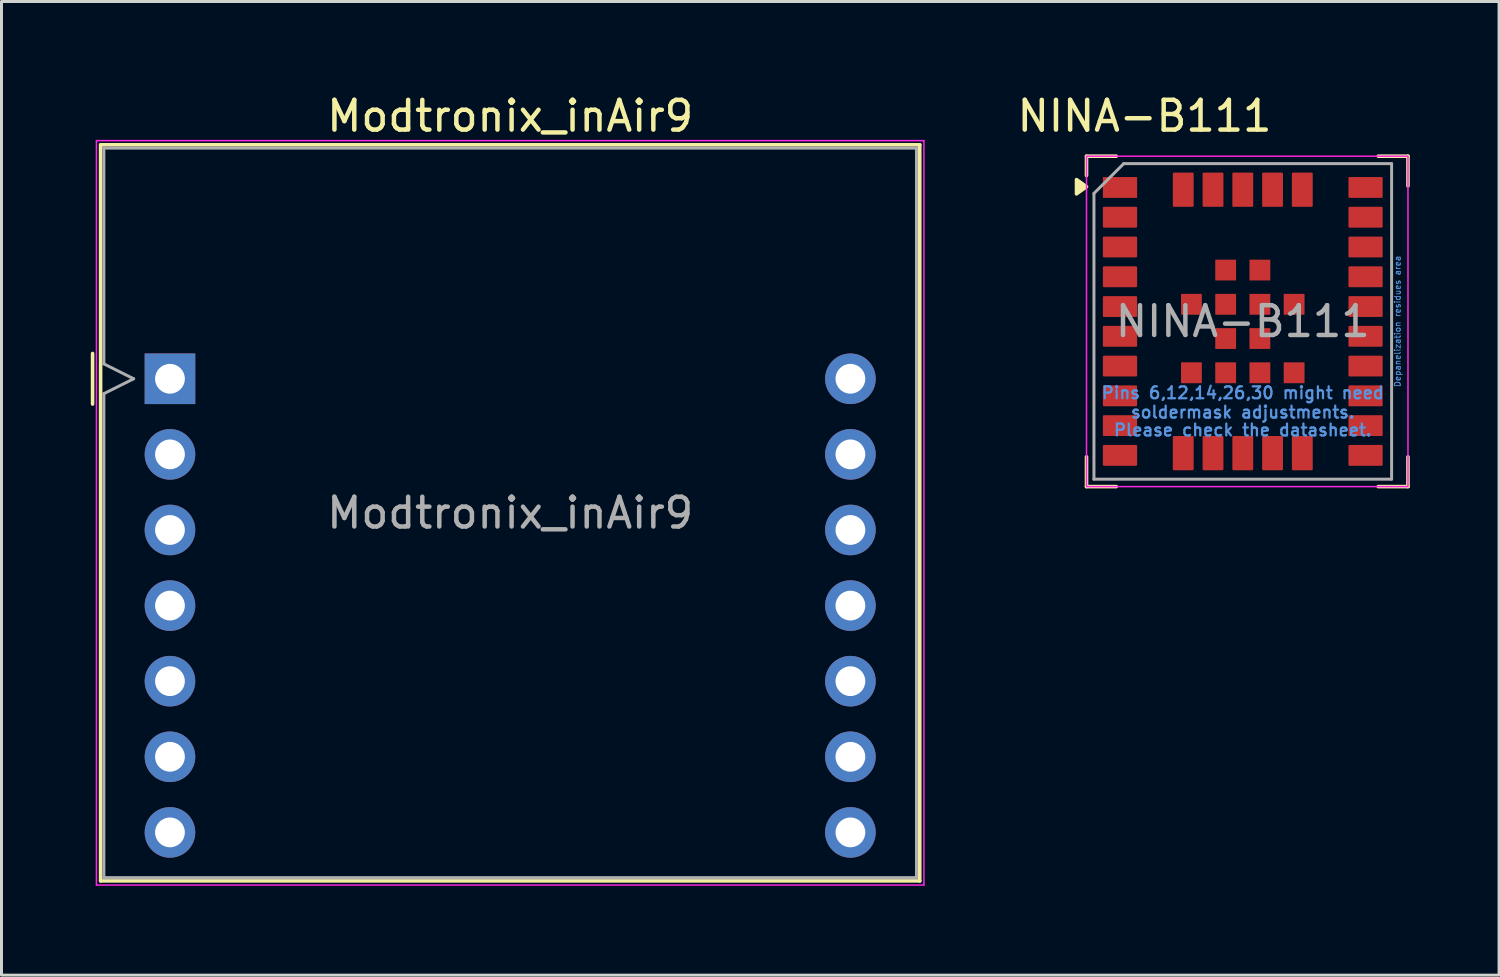
<source format=kicad_pcb>
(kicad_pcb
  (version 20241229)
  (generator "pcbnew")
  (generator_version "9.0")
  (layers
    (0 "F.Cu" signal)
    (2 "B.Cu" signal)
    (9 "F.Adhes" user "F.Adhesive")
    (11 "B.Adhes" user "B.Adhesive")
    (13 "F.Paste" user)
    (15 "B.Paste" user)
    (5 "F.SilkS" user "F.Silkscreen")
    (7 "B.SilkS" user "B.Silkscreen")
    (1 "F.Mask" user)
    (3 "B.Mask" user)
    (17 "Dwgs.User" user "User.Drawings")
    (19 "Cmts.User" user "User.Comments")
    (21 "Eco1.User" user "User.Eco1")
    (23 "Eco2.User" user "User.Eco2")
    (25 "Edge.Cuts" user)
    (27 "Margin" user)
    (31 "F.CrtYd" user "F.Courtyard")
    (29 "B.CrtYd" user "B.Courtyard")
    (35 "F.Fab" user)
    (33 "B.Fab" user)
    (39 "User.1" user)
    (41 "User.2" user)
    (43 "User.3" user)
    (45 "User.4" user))
  (footprint "Modtronix_inAir9"
    (layer "F.Cu")
    (at 2.66 9.675)
    (property "Reference" "Modtronix_inAir9" (at 11.43 -8.826 0) (layer "F.SilkS") (effects (font (size 1 1) (thickness 0.15))))
    (attr through_hole)
    (fp_line (start -2.6 -0.85) (end -2.6 0.85) (stroke (width 0.12) (type solid)) (layer "F.SilkS"))
    (fp_line (start -2.33 -7.86) (end 25.19 -7.86) (stroke (width 0.12) (type solid)) (layer "F.SilkS"))
    (fp_line (start -2.33 16.87) (end -2.33 -7.86) (stroke (width 0.12) (type solid)) (layer "F.SilkS"))
    (fp_line (start 25.19 -7.86) (end 25.19 16.87) (stroke (width 0.12) (type solid)) (layer "F.SilkS"))
    (fp_line (start 25.19 16.87) (end -2.33 16.87) (stroke (width 0.12) (type solid)) (layer "F.SilkS"))
    (fp_line (start -2.47 -8) (end 25.33 -8) (stroke (width 0.05) (type solid)) (layer "F.CrtYd"))
    (fp_line (start -2.47 17.01) (end -2.47 -8) (stroke (width 0.05) (type solid)) (layer "F.CrtYd"))
    (fp_line (start 25.33 -8) (end 25.33 17.01) (stroke (width 0.05) (type solid)) (layer "F.CrtYd"))
    (fp_line (start 25.33 17.01) (end -2.47 17.01) (stroke (width 0.05) (type solid)) (layer "F.CrtYd"))
    (fp_line (start -2.22 -7.75) (end 25.08 -7.75) (stroke (width 0.1) (type solid)) (layer "F.Fab"))
    (fp_line (start -2.22 -0.5) (end -2.22 -7.75) (stroke (width 0.1) (type solid)) (layer "F.Fab"))
    (fp_line (start -2.22 0.5) (end -1.22 0) (stroke (width 0.1) (type solid)) (layer "F.Fab"))
    (fp_line (start -2.22 16.76) (end -2.22 0.5) (stroke (width 0.1) (type solid)) (layer "F.Fab"))
    (fp_line (start -2.22 16.76) (end 25.08 16.76) (stroke (width 0.1) (type solid)) (layer "F.Fab"))
    (fp_line (start -1.22 0) (end -2.22 -0.5) (stroke (width 0.1) (type solid)) (layer "F.Fab"))
    (fp_line (start 25.08 -7.75) (end 25.08 16.76) (stroke (width 0.1) (type solid)) (layer "F.Fab"))
    (fp_text user "${REFERENCE}" (at 11.43 4.508 0) (layer "F.Fab") (effects (font (size 1 1) (thickness 0.15))))
    (pad "1" thru_hole rect (at 0 0) (size 1.7 1.7) (drill 1) (layers "*.Cu" "*.Mask"))
    (pad "2" thru_hole circle (at 0 2.54) (size 1.7 1.7) (drill 1) (layers "*.Cu" "*.Mask"))
    (pad "3" thru_hole circle (at 0 5.08) (size 1.7 1.7) (drill 1) (layers "*.Cu" "*.Mask"))
    (pad "4" thru_hole circle (at 0 7.62) (size 1.7 1.7) (drill 1) (layers "*.Cu" "*.Mask"))
    (pad "5" thru_hole circle (at 0 10.16) (size 1.7 1.7) (drill 1) (layers "*.Cu" "*.Mask"))
    (pad "6" thru_hole circle (at 0 12.7) (size 1.7 1.7) (drill 1) (layers "*.Cu" "*.Mask"))
    (pad "7" thru_hole circle (at 0 15.24) (size 1.7 1.7) (drill 1) (layers "*.Cu" "*.Mask"))
    (pad "8" thru_hole circle (at 22.86 15.24) (size 1.7 1.7) (drill 1) (layers "*.Cu" "*.Mask"))
    (pad "9" thru_hole circle (at 22.86 12.7) (size 1.7 1.7) (drill 1) (layers "*.Cu" "*.Mask"))
    (pad "10" thru_hole circle (at 22.86 10.16) (size 1.7 1.7) (drill 1) (layers "*.Cu" "*.Mask"))
    (pad "11" thru_hole circle (at 22.86 7.62) (size 1.7 1.7) (drill 1) (layers "*.Cu" "*.Mask"))
    (pad "12" thru_hole circle (at 22.86 5.08) (size 1.7 1.7) (drill 1) (layers "*.Cu" "*.Mask"))
    (pad "13" thru_hole circle (at 22.86 2.54) (size 1.7 1.7) (drill 1) (layers "*.Cu" "*.Mask"))
    (pad "14" thru_hole circle (at 22.86 0) (size 1.7 1.7) (drill 1) (layers "*.Cu" "*.Mask")))
  (footprint "NINA-B111"
    (layer "F.Cu")
    (at 38.702 7.748)
    (property "Reference" "NINA-B111" (at -3.3 -6.9 180) (layer "F.SilkS") (effects (font (size 1 1) (thickness 0.15))))
    (attr smd)
    (fp_line (start -5.25 -5.55) (end -4.25 -5.55) (stroke (width 0.12) (type solid)) (layer "F.SilkS"))
    (fp_line (start -5.25 -4.9) (end -5.25 -5.55) (stroke (width 0.12) (type solid)) (layer "F.SilkS"))
    (fp_line (start -5.25 5.55) (end -5.25 4.55) (stroke (width 0.12) (type solid)) (layer "F.SilkS"))
    (fp_line (start -4.25 5.55) (end -5.25 5.55) (stroke (width 0.12) (type solid)) (layer "F.SilkS"))
    (fp_line (start 4.55 -5.55) (end 5.55 -5.55) (stroke (width 0.12) (type solid)) (layer "F.SilkS"))
    (fp_line (start 5.55 -5.55) (end 5.55 -4.55) (stroke (width 0.12) (type solid)) (layer "F.SilkS"))
    (fp_line (start 5.55 4.55) (end 5.55 5.55) (stroke (width 0.12) (type solid)) (layer "F.SilkS"))
    (fp_line (start 5.55 5.55) (end 4.55 5.55) (stroke (width 0.12) (type solid)) (layer "F.SilkS"))
    (fp_poly (pts (xy -5.25 -4.525) (xy -5.586 -4.285) (xy -5.586 -4.765) (xy -5.25 -4.525)) (stroke (width 0.12) (type solid)) (fill yes) (layer "F.SilkS"))
    (fp_rect (start -5.25 -5.55) (end 5.55 5.55) (stroke (width 0.05) (type solid)) (fill no) (layer "F.CrtYd"))
    (fp_line (start -5 -4.3) (end -5 5.3) (stroke (width 0.1) (type solid)) (layer "F.Fab"))
    (fp_line (start -5 -4.3) (end -4 -5.3) (stroke (width 0.1) (type solid)) (layer "F.Fab"))
    (fp_line (start -5 5.3) (end 5 5.3) (stroke (width 0.1) (type solid)) (layer "F.Fab"))
    (fp_line (start 5 -5.3) (end -4 -5.3) (stroke (width 0.1) (type solid)) (layer "F.Fab"))
    (fp_line (start 5 5.3) (end 5 -5.3) (stroke (width 0.1) (type solid)) (layer "F.Fab"))
    (fp_text user "Please check the datasheet." (at 0 3.65 0) (unlocked yes) (layer "Cmts.User") (effects (font (size 0.4 0.4) (thickness 0.075))))
    (fp_text user "soldermask adjustments." (at 0 3.05 0) (unlocked yes) (layer "Cmts.User") (effects (font (size 0.4 0.4) (thickness 0.075))))
    (fp_text user "Depanelization residues area" (at 5.2 0 90) (unlocked yes) (layer "Cmts.User") (effects (font (size 0.2 0.2) (thickness 0.03))))
    (fp_text user "Pins 6,12,14,26,30 might need" (at 0 2.4 0) (unlocked yes) (layer "Cmts.User") (effects (font (size 0.4 0.4) (thickness 0.075))))
    (fp_text user "${REFERENCE}" (at 0 0 0) (unlocked yes) (layer "F.Fab") (effects (font (size 1 1) (thickness 0.15))))
    (pad "1" smd rect (at -4.125 -4.5) (size 1.15 0.7) (layers "F.Cu" "F.Mask" "F.Paste"))
    (pad "2" smd roundrect (at -4.125 -3.5) (size 1.15 0.7) (layers "F.Cu" "F.Mask" "F.Paste") (roundrect_rratio 0.05))
    (pad "3" smd roundrect (at -4.125 -2.5) (size 1.15 0.7) (layers "F.Cu" "F.Mask" "F.Paste") (roundrect_rratio 0.05))
    (pad "4" smd roundrect (at -4.125 -1.5) (size 1.15 0.7) (layers "F.Cu" "F.Mask" "F.Paste") (roundrect_rratio 0.05))
    (pad "5" smd roundrect (at -4.125 -0.5) (size 1.15 0.7) (layers "F.Cu" "F.Mask" "F.Paste") (roundrect_rratio 0.05))
    (pad "6" smd roundrect (at -4.125 0.5) (size 1.15 0.7) (layers "F.Cu" "F.Mask" "F.Paste") (roundrect_rratio 0.05))
    (pad "7" smd roundrect (at -4.125 1.5) (size 1.15 0.7) (layers "F.Cu" "F.Mask" "F.Paste") (roundrect_rratio 0.05))
    (pad "8" smd roundrect (at -4.125 2.5) (size 1.15 0.7) (layers "F.Cu" "F.Mask" "F.Paste") (roundrect_rratio 0.05))
    (pad "9" smd roundrect (at -4.125 3.5) (size 1.15 0.7) (layers "F.Cu" "F.Mask" "F.Paste") (roundrect_rratio 0.05))
    (pad "10" smd roundrect (at -4.125 4.5) (size 1.15 0.7) (layers "F.Cu" "F.Mask" "F.Paste") (roundrect_rratio 0.05))
    (pad "11" smd roundrect (at -2 4.425 90) (size 1.15 0.7) (layers "F.Cu" "F.Mask" "F.Paste") (roundrect_rratio 0.05))
    (pad "12" smd roundrect (at -1 4.425 90) (size 1.15 0.7) (layers "F.Cu" "F.Mask" "F.Paste") (roundrect_rratio 0.05))
    (pad "13" smd roundrect (at 0 4.425 90) (size 1.15 0.7) (layers "F.Cu" "F.Mask" "F.Paste") (roundrect_rratio 0.05))
    (pad "14" smd roundrect (at 1 4.425 90) (size 1.15 0.7) (layers "F.Cu" "F.Mask" "F.Paste") (roundrect_rratio 0.05))
    (pad "15" smd roundrect (at 2 4.425 90) (size 1.15 0.7) (layers "F.Cu" "F.Mask" "F.Paste") (roundrect_rratio 0.05))
    (pad "16" smd roundrect (at 4.125 4.5) (size 1.15 0.7) (layers "F.Cu" "F.Mask" "F.Paste") (roundrect_rratio 0.05))
    (pad "17" smd roundrect (at 4.125 3.5) (size 1.15 0.7) (layers "F.Cu" "F.Mask" "F.Paste") (roundrect_rratio 0.05))
    (pad "18" smd roundrect (at 4.125 2.5) (size 1.15 0.7) (layers "F.Cu" "F.Mask" "F.Paste") (roundrect_rratio 0.05))
    (pad "19" smd roundrect (at 4.125 1.5) (size 1.15 0.7) (layers "F.Cu" "F.Mask" "F.Paste") (roundrect_rratio 0.05))
    (pad "20" smd roundrect (at 4.125 0.5) (size 1.15 0.7) (layers "F.Cu" "F.Mask" "F.Paste") (roundrect_rratio 0.05))
    (pad "21" smd roundrect (at 4.125 -0.5) (size 1.15 0.7) (layers "F.Cu" "F.Mask" "F.Paste") (roundrect_rratio 0.05))
    (pad "22" smd roundrect (at 4.125 -1.5) (size 1.15 0.7) (layers "F.Cu" "F.Mask" "F.Paste") (roundrect_rratio 0.05))
    (pad "23" smd roundrect (at 4.125 -2.5) (size 1.15 0.7) (layers "F.Cu" "F.Mask" "F.Paste") (roundrect_rratio 0.05))
    (pad "24" smd roundrect (at 4.125 -3.5) (size 1.15 0.7) (layers "F.Cu" "F.Mask" "F.Paste") (roundrect_rratio 0.05))
    (pad "25" smd roundrect (at 4.125 -4.5) (size 1.15 0.7) (layers "F.Cu" "F.Mask" "F.Paste") (roundrect_rratio 0.05))
    (pad "26" smd roundrect (at 2 -4.425 90) (size 1.15 0.7) (layers "F.Cu" "F.Mask" "F.Paste") (roundrect_rratio 0.05))
    (pad "27" smd roundrect (at 1 -4.425 90) (size 1.15 0.7) (layers "F.Cu" "F.Mask" "F.Paste") (roundrect_rratio 0.05))
    (pad "28" smd roundrect (at 0 -4.425 90) (size 1.15 0.7) (layers "F.Cu" "F.Mask" "F.Paste") (roundrect_rratio 0.05))
    (pad "29" smd roundrect (at -1 -4.425 90) (size 1.15 0.7) (layers "F.Cu" "F.Mask" "F.Paste") (roundrect_rratio 0.05))
    (pad "30" smd roundrect (at -2 -4.425 90) (size 1.15 0.7) (layers "F.Cu" "F.Mask" "F.Paste") (roundrect_rratio 0.05))
    (pad "31" smd roundrect (at -0.575 -1.725 270) (size 0.7 0.7) (layers "F.Cu" "F.Mask" "F.Paste") (roundrect_rratio 0.02))
    (pad "32" smd roundrect (at 0.575 -1.725 270) (size 0.7 0.7) (layers "F.Cu" "F.Mask" "F.Paste") (roundrect_rratio 0.02))
    (pad "33" smd roundrect (at -1.725 -0.575 270) (size 0.7 0.7) (layers "F.Cu" "F.Mask" "F.Paste") (roundrect_rratio 0.02))
    (pad "34" smd roundrect (at -0.575 -0.575 270) (size 0.7 0.7) (layers "F.Cu" "F.Mask" "F.Paste") (roundrect_rratio 0.02))
    (pad "35" smd roundrect (at 0.575 -0.575 270) (size 0.7 0.7) (layers "F.Cu" "F.Mask" "F.Paste") (roundrect_rratio 0.02))
    (pad "36" smd roundrect (at 1.725 -0.575 270) (size 0.7 0.7) (layers "F.Cu" "F.Mask" "F.Paste") (roundrect_rratio 0.02))
    (pad "37" smd roundrect (at -0.575 0.575 270) (size 0.7 0.7) (layers "F.Cu" "F.Mask" "F.Paste") (roundrect_rratio 0.02))
    (pad "38" smd roundrect (at 0.575 0.575 270) (size 0.7 0.7) (layers "F.Cu" "F.Mask" "F.Paste") (roundrect_rratio 0.02))
    (pad "39" smd roundrect (at -1.725 1.725 270) (size 0.7 0.7) (layers "F.Cu" "F.Mask" "F.Paste") (roundrect_rratio 0.02))
    (pad "40" smd roundrect (at -0.575 1.725 270) (size 0.7 0.7) (layers "F.Cu" "F.Mask" "F.Paste") (roundrect_rratio 0.02))
    (pad "41" smd roundrect (at 0.575 1.725 270) (size 0.7 0.7) (layers "F.Cu" "F.Mask" "F.Paste") (roundrect_rratio 0.02))
    (pad "42" smd roundrect (at 1.725 1.725 270) (size 0.7 0.7) (layers "F.Cu" "F.Mask" "F.Paste") (roundrect_rratio 0.02))
    (zone (net_name "") (layer "F.Cu") (name "Depanelization residues area") (hatch edge 0.508) (connect_pads) (min_thickness 0.254) (filled_areas_thickness no) (keepout (tracks allowed) (vias allowed) (pads allowed) (copperpour allowed) (footprints not_allowed)) (placement (enabled no)) (fill) (polygon (pts (xy 44.052 13.048) (xy 43.702 13.048) (xy 43.702 2.448) (xy 44.052 2.448)))))
  (gr_rect
    (start -3 -3)
    (end 47.312 29.71)
    (stroke (width 0.1) (type default))
    (fill no)
    (layer "Edge.Cuts")))
</source>
